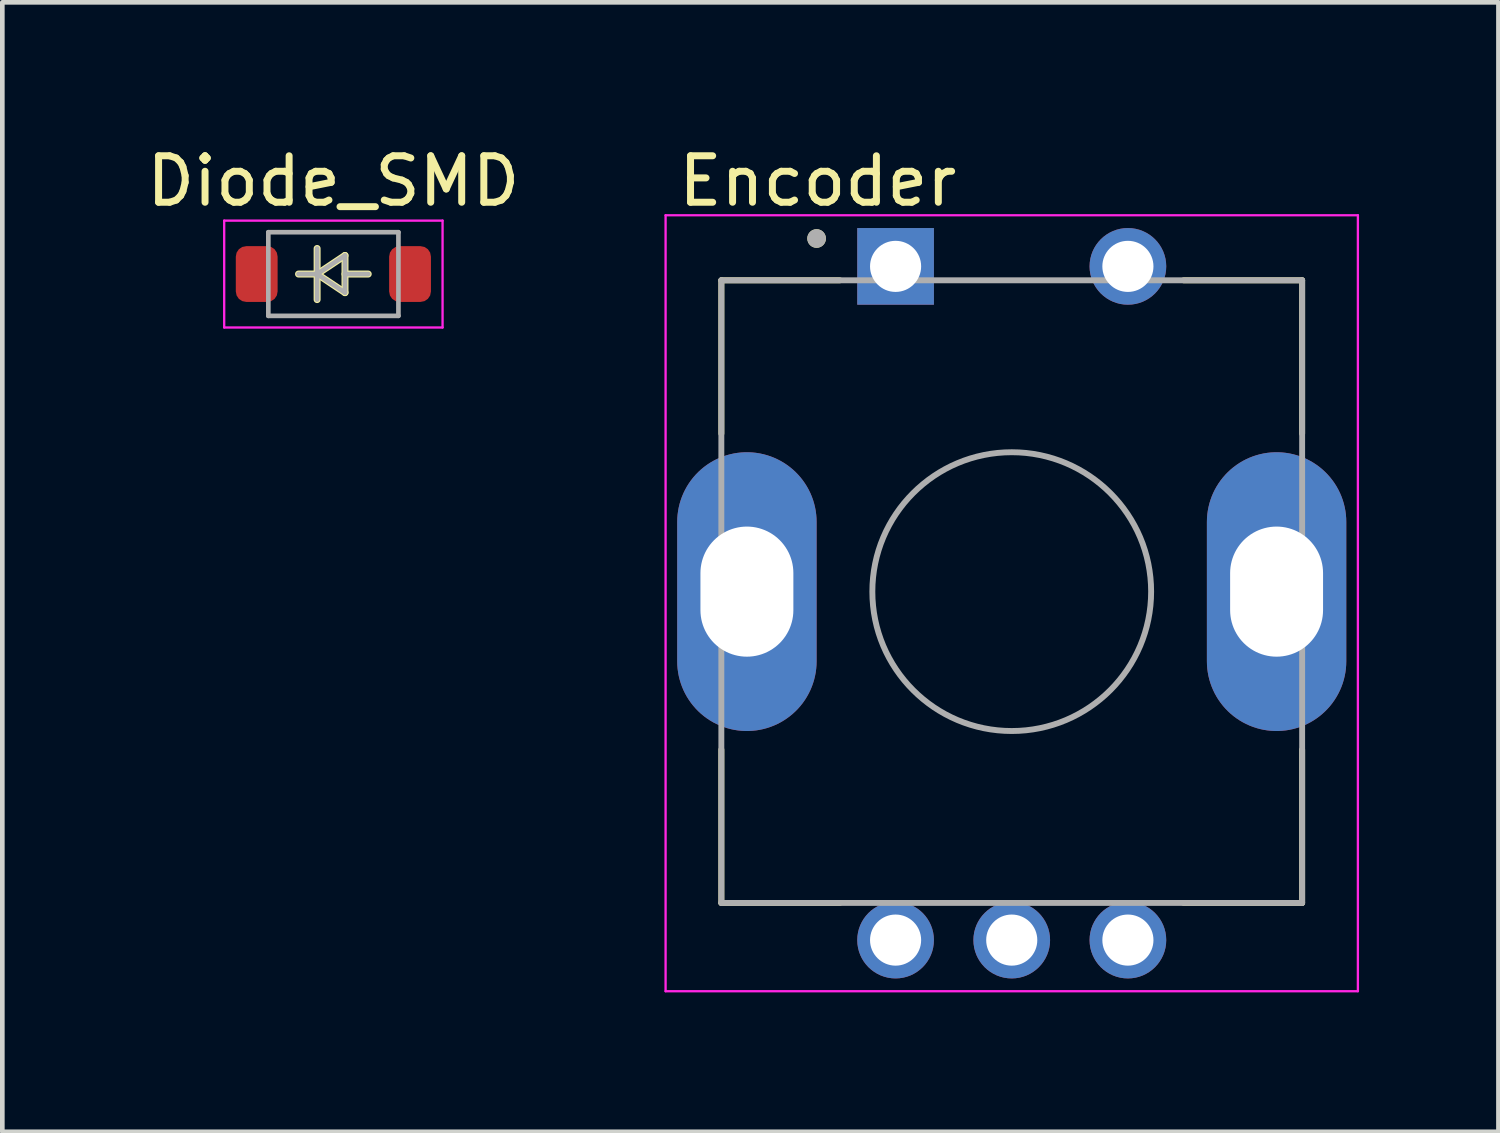
<source format=kicad_pcb>
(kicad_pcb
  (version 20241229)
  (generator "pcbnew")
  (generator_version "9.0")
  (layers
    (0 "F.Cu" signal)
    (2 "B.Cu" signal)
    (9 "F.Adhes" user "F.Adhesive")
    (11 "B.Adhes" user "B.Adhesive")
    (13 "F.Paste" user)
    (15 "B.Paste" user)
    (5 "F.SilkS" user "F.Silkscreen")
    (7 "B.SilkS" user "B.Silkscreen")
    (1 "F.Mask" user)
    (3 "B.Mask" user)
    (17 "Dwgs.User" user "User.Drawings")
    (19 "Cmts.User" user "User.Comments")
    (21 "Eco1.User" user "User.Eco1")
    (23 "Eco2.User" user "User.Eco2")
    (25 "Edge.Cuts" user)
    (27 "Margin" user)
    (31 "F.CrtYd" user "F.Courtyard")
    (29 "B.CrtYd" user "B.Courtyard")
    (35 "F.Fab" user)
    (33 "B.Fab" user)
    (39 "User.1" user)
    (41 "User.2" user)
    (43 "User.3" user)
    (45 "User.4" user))
  (footprint "Diode_SMD"
    (layer "F.Cu")
    (at 4.125 2.848)
    (property "Reference" "Diode_SMD" (at 0 -2 0) (layer "F.SilkS") (effects (font (size 1 1) (thickness 0.15))))
    (attr smd)
    (fp_line (start -0.75 0) (end -0.35 0) (stroke (width 0.15) (type solid)) (layer "F.SilkS"))
    (fp_line (start -0.35 0) (end -0.35 -0.55) (stroke (width 0.15) (type solid)) (layer "F.SilkS"))
    (fp_line (start -0.35 0) (end -0.35 0.55) (stroke (width 0.15) (type solid)) (layer "F.SilkS"))
    (fp_line (start -0.35 0) (end 0.25 -0.4) (stroke (width 0.15) (type solid)) (layer "F.SilkS"))
    (fp_line (start 0.25 -0.4) (end 0.25 0.4) (stroke (width 0.15) (type solid)) (layer "F.SilkS"))
    (fp_line (start 0.25 0) (end 0.75 0) (stroke (width 0.15) (type solid)) (layer "F.SilkS"))
    (fp_line (start 0.25 0.4) (end -0.35 0) (stroke (width 0.15) (type solid)) (layer "F.SilkS"))
    (fp_line (start -2.35 -1.15) (end -2.35 1.15) (stroke (width 0.05) (type solid)) (layer "F.CrtYd"))
    (fp_line (start -2.35 -1.15) (end 2.35 -1.15) (stroke (width 0.05) (type solid)) (layer "F.CrtYd"))
    (fp_line (start 2.35 -1.15) (end 2.35 1.15) (stroke (width 0.05) (type solid)) (layer "F.CrtYd"))
    (fp_line (start 2.35 1.15) (end -2.35 1.15) (stroke (width 0.05) (type solid)) (layer "F.CrtYd"))
    (fp_line (start -1.4 -0.9) (end 1.4 -0.9) (stroke (width 0.1) (type solid)) (layer "F.Fab"))
    (fp_line (start -1.4 0.9) (end -1.4 -0.9) (stroke (width 0.1) (type solid)) (layer "F.Fab"))
    (fp_line (start -0.75 0) (end -0.35 0) (stroke (width 0.1) (type solid)) (layer "F.Fab"))
    (fp_line (start -0.35 0) (end -0.35 -0.55) (stroke (width 0.1) (type solid)) (layer "F.Fab"))
    (fp_line (start -0.35 0) (end -0.35 0.55) (stroke (width 0.1) (type solid)) (layer "F.Fab"))
    (fp_line (start -0.35 0) (end 0.25 -0.4) (stroke (width 0.1) (type solid)) (layer "F.Fab"))
    (fp_line (start 0.25 -0.4) (end 0.25 0.4) (stroke (width 0.1) (type solid)) (layer "F.Fab"))
    (fp_line (start 0.25 0) (end 0.75 0) (stroke (width 0.1) (type solid)) (layer "F.Fab"))
    (fp_line (start 0.25 0.4) (end -0.35 0) (stroke (width 0.1) (type solid)) (layer "F.Fab"))
    (fp_line (start 1.4 -0.9) (end 1.4 0.9) (stroke (width 0.1) (type solid)) (layer "F.Fab"))
    (fp_line (start 1.4 0.9) (end -1.4 0.9) (stroke (width 0.1) (type solid)) (layer "F.Fab"))
    (pad "1" smd roundrect (at -1.65 0) (size 0.9 1.2) (layers "F.Cu" "F.Mask" "F.Paste") (roundrect_rratio 0.25))
    (pad "2" smd roundrect (at 1.65 0) (size 0.9 1.2) (layers "F.Cu" "F.Mask" "F.Paste") (roundrect_rratio 0.25)))
  (footprint "Encoder"
    (layer "F.Cu")
    (at 18.725 9.683)
    (property "Reference" "Encoder" (at -4.175 -8.835 0) (layer "F.SilkS") (effects (font (size 1 1) (thickness 0.15))))
    (attr through_hole)
    (fp_line (start -6.25 -6.7) (end -3.7 -6.7) (stroke (width 0.127) (type solid)) (layer "F.SilkS"))
    (fp_line (start -6.25 -3.4) (end -6.25 -6.7) (stroke (width 0.127) (type solid)) (layer "F.SilkS"))
    (fp_line (start -6.25 3.4) (end -6.25 6.7) (stroke (width 0.127) (type solid)) (layer "F.SilkS"))
    (fp_line (start -6.25 6.7) (end -3.7 6.7) (stroke (width 0.127) (type solid)) (layer "F.SilkS"))
    (fp_line (start 3.7 -6.7) (end 6.25 -6.7) (stroke (width 0.127) (type solid)) (layer "F.SilkS"))
    (fp_line (start 3.7 6.7) (end 6.25 6.7) (stroke (width 0.127) (type solid)) (layer "F.SilkS"))
    (fp_line (start 6.25 -6.7) (end 6.25 -3.4) (stroke (width 0.127) (type solid)) (layer "F.SilkS"))
    (fp_line (start 6.25 6.7) (end 6.25 3.4) (stroke (width 0.127) (type solid)) (layer "F.SilkS"))
    (fp_circle (center -4.2 -7.6) (end -4.1 -7.6) (stroke (width 0.2) (type solid)) (fill no) (layer "F.SilkS"))
    (fp_line (start -7.45 -8.1) (end -7.45 8.6) (stroke (width 0.05) (type solid)) (layer "F.CrtYd"))
    (fp_line (start -7.45 8.6) (end 7.45 8.6) (stroke (width 0.05) (type solid)) (layer "F.CrtYd"))
    (fp_line (start 7.45 -8.1) (end -7.45 -8.1) (stroke (width 0.05) (type solid)) (layer "F.CrtYd"))
    (fp_line (start 7.45 8.6) (end 7.45 -8.1) (stroke (width 0.05) (type solid)) (layer "F.CrtYd"))
    (fp_line (start -6.25 -6.7) (end 6.25 -6.7) (stroke (width 0.127) (type solid)) (layer "F.Fab"))
    (fp_line (start -6.25 6.7) (end -6.25 -6.7) (stroke (width 0.127) (type solid)) (layer "F.Fab"))
    (fp_line (start 6.25 -6.7) (end 6.25 6.7) (stroke (width 0.127) (type solid)) (layer "F.Fab"))
    (fp_line (start 6.25 6.7) (end -6.25 6.7) (stroke (width 0.127) (type solid)) (layer "F.Fab"))
    (fp_circle (center -4.2 -7.6) (end -4.1 -7.6) (stroke (width 0.2) (type solid)) (fill no) (layer "F.Fab"))
    (fp_circle (center 0 0) (end 3 0) (stroke (width 0.127) (type solid)) (fill no) (layer "F.Fab"))
    (pad "1" thru_hole rect (at -2.5 -7) (size 1.65 1.65) (drill 1.1) (layers "*.Cu" "*.Mask"))
    (pad "2" thru_hole circle (at 2.5 -7) (size 1.65 1.65) (drill 1.1) (layers "*.Cu" "*.Mask"))
    (pad "A" thru_hole circle (at -2.5 7.5) (size 1.65 1.65) (drill 1.1) (layers "*.Cu" "*.Mask"))
    (pad "B" thru_hole circle (at 2.5 7.5) (size 1.65 1.65) (drill 1.1) (layers "*.Cu" "*.Mask"))
    (pad "COM" thru_hole circle (at 0 7.5) (size 1.65 1.65) (drill 1.1) (layers "*.Cu" "*.Mask"))
    (pad "S1" thru_hole oval (at -5.7 0) (size 3 6) (drill oval 2 2.8) (layers "*.Cu" "*.Mask"))
    (pad "S2" thru_hole oval (at 5.7 0) (size 3 6) (drill oval 2 2.8) (layers "*.Cu" "*.Mask")))
  (gr_rect
    (start -3 -3)
    (end 29.2 21.308)
    (stroke (width 0.1) (type default))
    (fill no)
    (layer "Edge.Cuts")))
</source>
